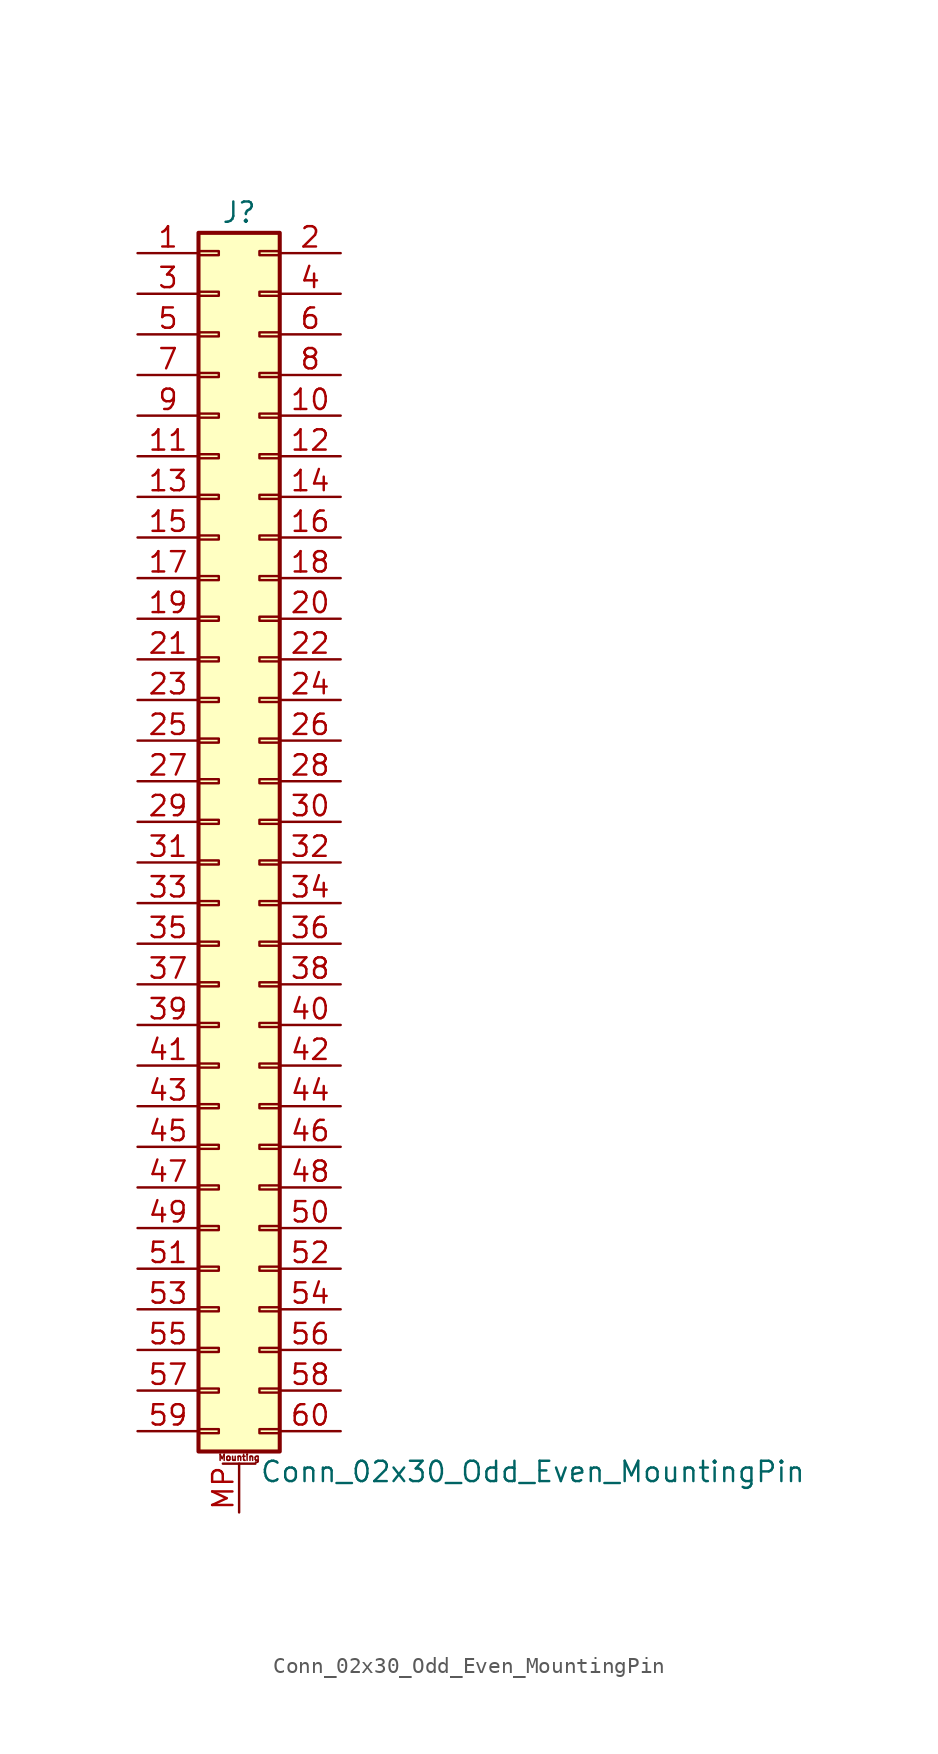
<source format=kicad_sym>
(kicad_symbol_lib
  (version 20201005)
  (generator kicad_symbol_editor)
  (symbol "Conn_02x30_Odd_Even_MountingPin"
    (pin_names
      (offset 1.016) hide)
    (property "Reference" "J"
      (at 1.27 38.1 0)
      (effects (font (size 1.27 1.27))))
    (property "Value" "Conn_02x30_Odd_Even_MountingPin"
      (at 2.54 -40.64 0)
      (effects (font (size 1.27 1.27)) (justify left)))
    (symbol "Conn_02x30_Odd_Even_MountingPin_1_1"
      (text "Mounting" (at 1.27 -39.751 0) (effects (font (size 0.381 0.381))))
      (rectangle (start -1.27 -37.973) (end 0 -38.227) (stroke (width 0.152)) (fill (type none)))
      (rectangle (start -1.27 -35.433) (end 0 -35.687) (stroke (width 0.152)) (fill (type none)))
      (rectangle (start -1.27 -32.893) (end 0 -33.147) (stroke (width 0.152)) (fill (type none)))
      (rectangle (start -1.27 -30.353) (end 0 -30.607) (stroke (width 0.152)) (fill (type none)))
      (rectangle (start -1.27 -27.813) (end 0 -28.067) (stroke (width 0.152)) (fill (type none)))
      (rectangle (start -1.27 -25.273) (end 0 -25.527) (stroke (width 0.152)) (fill (type none)))
      (rectangle (start -1.27 -22.733) (end 0 -22.987) (stroke (width 0.152)) (fill (type none)))
      (rectangle (start -1.27 -20.193) (end 0 -20.447) (stroke (width 0.152)) (fill (type none)))
      (rectangle (start -1.27 -17.653) (end 0 -17.907) (stroke (width 0.152)) (fill (type none)))
      (rectangle (start -1.27 -15.113) (end 0 -15.367) (stroke (width 0.152)) (fill (type none)))
      (rectangle (start -1.27 -12.573) (end 0 -12.827) (stroke (width 0.152)) (fill (type none)))
      (rectangle (start -1.27 -10.033) (end 0 -10.287) (stroke (width 0.152)) (fill (type none)))
      (rectangle (start -1.27 -7.493) (end 0 -7.747) (stroke (width 0.152)) (fill (type none)))
      (rectangle (start -1.27 -4.953) (end 0 -5.207) (stroke (width 0.152)) (fill (type none)))
      (rectangle (start -1.27 -2.413) (end 0 -2.667) (stroke (width 0.152)) (fill (type none)))
      (rectangle (start -1.27 0.127) (end 0 -0.127) (stroke (width 0.152)) (fill (type none)))
      (rectangle (start -1.27 2.667) (end 0 2.413) (stroke (width 0.152)) (fill (type none)))
      (rectangle (start -1.27 5.207) (end 0 4.953) (stroke (width 0.152)) (fill (type none)))
      (rectangle (start -1.27 7.747) (end 0 7.493) (stroke (width 0.152)) (fill (type none)))
      (rectangle (start -1.27 10.287) (end 0 10.033) (stroke (width 0.152)) (fill (type none)))
      (rectangle (start -1.27 12.827) (end 0 12.573) (stroke (width 0.152)) (fill (type none)))
      (rectangle (start -1.27 15.367) (end 0 15.113) (stroke (width 0.152)) (fill (type none)))
      (rectangle (start -1.27 17.907) (end 0 17.653) (stroke (width 0.152)) (fill (type none)))
      (rectangle (start -1.27 20.447) (end 0 20.193) (stroke (width 0.152)) (fill (type none)))
      (rectangle (start -1.27 22.987) (end 0 22.733) (stroke (width 0.152)) (fill (type none)))
      (rectangle (start -1.27 25.527) (end 0 25.273) (stroke (width 0.152)) (fill (type none)))
      (rectangle (start -1.27 28.067) (end 0 27.813) (stroke (width 0.152)) (fill (type none)))
      (rectangle (start -1.27 30.607) (end 0 30.353) (stroke (width 0.152)) (fill (type none)))
      (rectangle (start -1.27 33.147) (end 0 32.893) (stroke (width 0.152)) (fill (type none)))
      (rectangle (start -1.27 35.687) (end 0 35.433) (stroke (width 0.152)) (fill (type none)))
      (rectangle (start -1.27 36.83) (end 3.81 -39.37) (stroke (width 0.254)) (fill (type background)))
      (rectangle (start 3.81 -37.973) (end 2.54 -38.227) (stroke (width 0.152)) (fill (type none)))
      (rectangle (start 3.81 -35.433) (end 2.54 -35.687) (stroke (width 0.152)) (fill (type none)))
      (rectangle (start 3.81 -32.893) (end 2.54 -33.147) (stroke (width 0.152)) (fill (type none)))
      (rectangle (start 3.81 -30.353) (end 2.54 -30.607) (stroke (width 0.152)) (fill (type none)))
      (rectangle (start 3.81 -27.813) (end 2.54 -28.067) (stroke (width 0.152)) (fill (type none)))
      (rectangle (start 3.81 -25.273) (end 2.54 -25.527) (stroke (width 0.152)) (fill (type none)))
      (rectangle (start 3.81 -22.733) (end 2.54 -22.987) (stroke (width 0.152)) (fill (type none)))
      (rectangle (start 3.81 -20.193) (end 2.54 -20.447) (stroke (width 0.152)) (fill (type none)))
      (rectangle (start 3.81 -17.653) (end 2.54 -17.907) (stroke (width 0.152)) (fill (type none)))
      (rectangle (start 3.81 -15.113) (end 2.54 -15.367) (stroke (width 0.152)) (fill (type none)))
      (rectangle (start 3.81 -12.573) (end 2.54 -12.827) (stroke (width 0.152)) (fill (type none)))
      (rectangle (start 3.81 -10.033) (end 2.54 -10.287) (stroke (width 0.152)) (fill (type none)))
      (rectangle (start 3.81 -7.493) (end 2.54 -7.747) (stroke (width 0.152)) (fill (type none)))
      (rectangle (start 3.81 -4.953) (end 2.54 -5.207) (stroke (width 0.152)) (fill (type none)))
      (rectangle (start 3.81 -2.413) (end 2.54 -2.667) (stroke (width 0.152)) (fill (type none)))
      (rectangle (start 3.81 0.127) (end 2.54 -0.127) (stroke (width 0.152)) (fill (type none)))
      (rectangle (start 3.81 2.667) (end 2.54 2.413) (stroke (width 0.152)) (fill (type none)))
      (rectangle (start 3.81 5.207) (end 2.54 4.953) (stroke (width 0.152)) (fill (type none)))
      (rectangle (start 3.81 7.747) (end 2.54 7.493) (stroke (width 0.152)) (fill (type none)))
      (rectangle (start 3.81 10.287) (end 2.54 10.033) (stroke (width 0.152)) (fill (type none)))
      (rectangle (start 3.81 12.827) (end 2.54 12.573) (stroke (width 0.152)) (fill (type none)))
      (rectangle (start 3.81 15.367) (end 2.54 15.113) (stroke (width 0.152)) (fill (type none)))
      (rectangle (start 3.81 17.907) (end 2.54 17.653) (stroke (width 0.152)) (fill (type none)))
      (rectangle (start 3.81 20.447) (end 2.54 20.193) (stroke (width 0.152)) (fill (type none)))
      (rectangle (start 3.81 22.987) (end 2.54 22.733) (stroke (width 0.152)) (fill (type none)))
      (rectangle (start 3.81 25.527) (end 2.54 25.273) (stroke (width 0.152)) (fill (type none)))
      (rectangle (start 3.81 28.067) (end 2.54 27.813) (stroke (width 0.152)) (fill (type none)))
      (rectangle (start 3.81 30.607) (end 2.54 30.353) (stroke (width 0.152)) (fill (type none)))
      (rectangle (start 3.81 33.147) (end 2.54 32.893) (stroke (width 0.152)) (fill (type none)))
      (rectangle (start 3.81 35.687) (end 2.54 35.433) (stroke (width 0.152)) (fill (type none)))
      (polyline (pts (xy 0.254 -40.132) (xy 2.286 -40.132)) (stroke (width 0.152)) (fill (type none)))
      (pin passive line (at -5.08 35.56 0) (length 3.81) (name "Pin_1" (effects (font (size 1.27 1.27)))) (number "1" (effects (font (size 1.27 1.27)))))
      (pin passive line (at 7.62 25.4 180) (length 3.81) (name "Pin_10" (effects (font (size 1.27 1.27)))) (number "10" (effects (font (size 1.27 1.27)))))
      (pin passive line (at -5.08 22.86 0) (length 3.81) (name "Pin_11" (effects (font (size 1.27 1.27)))) (number "11" (effects (font (size 1.27 1.27)))))
      (pin passive line (at 7.62 22.86 180) (length 3.81) (name "Pin_12" (effects (font (size 1.27 1.27)))) (number "12" (effects (font (size 1.27 1.27)))))
      (pin passive line (at -5.08 20.32 0) (length 3.81) (name "Pin_13" (effects (font (size 1.27 1.27)))) (number "13" (effects (font (size 1.27 1.27)))))
      (pin passive line (at 7.62 20.32 180) (length 3.81) (name "Pin_14" (effects (font (size 1.27 1.27)))) (number "14" (effects (font (size 1.27 1.27)))))
      (pin passive line (at -5.08 17.78 0) (length 3.81) (name "Pin_15" (effects (font (size 1.27 1.27)))) (number "15" (effects (font (size 1.27 1.27)))))
      (pin passive line (at 7.62 17.78 180) (length 3.81) (name "Pin_16" (effects (font (size 1.27 1.27)))) (number "16" (effects (font (size 1.27 1.27)))))
      (pin passive line (at -5.08 15.24 0) (length 3.81) (name "Pin_17" (effects (font (size 1.27 1.27)))) (number "17" (effects (font (size 1.27 1.27)))))
      (pin passive line (at 7.62 15.24 180) (length 3.81) (name "Pin_18" (effects (font (size 1.27 1.27)))) (number "18" (effects (font (size 1.27 1.27)))))
      (pin passive line (at -5.08 12.7 0) (length 3.81) (name "Pin_19" (effects (font (size 1.27 1.27)))) (number "19" (effects (font (size 1.27 1.27)))))
      (pin passive line (at 7.62 35.56 180) (length 3.81) (name "Pin_2" (effects (font (size 1.27 1.27)))) (number "2" (effects (font (size 1.27 1.27)))))
      (pin passive line (at 7.62 12.7 180) (length 3.81) (name "Pin_20" (effects (font (size 1.27 1.27)))) (number "20" (effects (font (size 1.27 1.27)))))
      (pin passive line (at -5.08 10.16 0) (length 3.81) (name "Pin_21" (effects (font (size 1.27 1.27)))) (number "21" (effects (font (size 1.27 1.27)))))
      (pin passive line (at 7.62 10.16 180) (length 3.81) (name "Pin_22" (effects (font (size 1.27 1.27)))) (number "22" (effects (font (size 1.27 1.27)))))
      (pin passive line (at -5.08 7.62 0) (length 3.81) (name "Pin_23" (effects (font (size 1.27 1.27)))) (number "23" (effects (font (size 1.27 1.27)))))
      (pin passive line (at 7.62 7.62 180) (length 3.81) (name "Pin_24" (effects (font (size 1.27 1.27)))) (number "24" (effects (font (size 1.27 1.27)))))
      (pin passive line (at -5.08 5.08 0) (length 3.81) (name "Pin_25" (effects (font (size 1.27 1.27)))) (number "25" (effects (font (size 1.27 1.27)))))
      (pin passive line (at 7.62 5.08 180) (length 3.81) (name "Pin_26" (effects (font (size 1.27 1.27)))) (number "26" (effects (font (size 1.27 1.27)))))
      (pin passive line (at -5.08 2.54 0) (length 3.81) (name "Pin_27" (effects (font (size 1.27 1.27)))) (number "27" (effects (font (size 1.27 1.27)))))
      (pin passive line (at 7.62 2.54 180) (length 3.81) (name "Pin_28" (effects (font (size 1.27 1.27)))) (number "28" (effects (font (size 1.27 1.27)))))
      (pin passive line (at -5.08 0 0) (length 3.81) (name "Pin_29" (effects (font (size 1.27 1.27)))) (number "29" (effects (font (size 1.27 1.27)))))
      (pin passive line (at -5.08 33.02 0) (length 3.81) (name "Pin_3" (effects (font (size 1.27 1.27)))) (number "3" (effects (font (size 1.27 1.27)))))
      (pin passive line (at 7.62 0 180) (length 3.81) (name "Pin_30" (effects (font (size 1.27 1.27)))) (number "30" (effects (font (size 1.27 1.27)))))
      (pin passive line (at -5.08 -2.54 0) (length 3.81) (name "Pin_31" (effects (font (size 1.27 1.27)))) (number "31" (effects (font (size 1.27 1.27)))))
      (pin passive line (at 7.62 -2.54 180) (length 3.81) (name "Pin_32" (effects (font (size 1.27 1.27)))) (number "32" (effects (font (size 1.27 1.27)))))
      (pin passive line (at -5.08 -5.08 0) (length 3.81) (name "Pin_33" (effects (font (size 1.27 1.27)))) (number "33" (effects (font (size 1.27 1.27)))))
      (pin passive line (at 7.62 -5.08 180) (length 3.81) (name "Pin_34" (effects (font (size 1.27 1.27)))) (number "34" (effects (font (size 1.27 1.27)))))
      (pin passive line (at -5.08 -7.62 0) (length 3.81) (name "Pin_35" (effects (font (size 1.27 1.27)))) (number "35" (effects (font (size 1.27 1.27)))))
      (pin passive line (at 7.62 -7.62 180) (length 3.81) (name "Pin_36" (effects (font (size 1.27 1.27)))) (number "36" (effects (font (size 1.27 1.27)))))
      (pin passive line (at -5.08 -10.16 0) (length 3.81) (name "Pin_37" (effects (font (size 1.27 1.27)))) (number "37" (effects (font (size 1.27 1.27)))))
      (pin passive line (at 7.62 -10.16 180) (length 3.81) (name "Pin_38" (effects (font (size 1.27 1.27)))) (number "38" (effects (font (size 1.27 1.27)))))
      (pin passive line (at -5.08 -12.7 0) (length 3.81) (name "Pin_39" (effects (font (size 1.27 1.27)))) (number "39" (effects (font (size 1.27 1.27)))))
      (pin passive line (at 7.62 33.02 180) (length 3.81) (name "Pin_4" (effects (font (size 1.27 1.27)))) (number "4" (effects (font (size 1.27 1.27)))))
      (pin passive line (at 7.62 -12.7 180) (length 3.81) (name "Pin_40" (effects (font (size 1.27 1.27)))) (number "40" (effects (font (size 1.27 1.27)))))
      (pin passive line (at -5.08 -15.24 0) (length 3.81) (name "Pin_41" (effects (font (size 1.27 1.27)))) (number "41" (effects (font (size 1.27 1.27)))))
      (pin passive line (at 7.62 -15.24 180) (length 3.81) (name "Pin_42" (effects (font (size 1.27 1.27)))) (number "42" (effects (font (size 1.27 1.27)))))
      (pin passive line (at -5.08 -17.78 0) (length 3.81) (name "Pin_43" (effects (font (size 1.27 1.27)))) (number "43" (effects (font (size 1.27 1.27)))))
      (pin passive line (at 7.62 -17.78 180) (length 3.81) (name "Pin_44" (effects (font (size 1.27 1.27)))) (number "44" (effects (font (size 1.27 1.27)))))
      (pin passive line (at -5.08 -20.32 0) (length 3.81) (name "Pin_45" (effects (font (size 1.27 1.27)))) (number "45" (effects (font (size 1.27 1.27)))))
      (pin passive line (at 7.62 -20.32 180) (length 3.81) (name "Pin_46" (effects (font (size 1.27 1.27)))) (number "46" (effects (font (size 1.27 1.27)))))
      (pin passive line (at -5.08 -22.86 0) (length 3.81) (name "Pin_47" (effects (font (size 1.27 1.27)))) (number "47" (effects (font (size 1.27 1.27)))))
      (pin passive line (at 7.62 -22.86 180) (length 3.81) (name "Pin_48" (effects (font (size 1.27 1.27)))) (number "48" (effects (font (size 1.27 1.27)))))
      (pin passive line (at -5.08 -25.4 0) (length 3.81) (name "Pin_49" (effects (font (size 1.27 1.27)))) (number "49" (effects (font (size 1.27 1.27)))))
      (pin passive line (at -5.08 30.48 0) (length 3.81) (name "Pin_5" (effects (font (size 1.27 1.27)))) (number "5" (effects (font (size 1.27 1.27)))))
      (pin passive line (at 7.62 -25.4 180) (length 3.81) (name "Pin_50" (effects (font (size 1.27 1.27)))) (number "50" (effects (font (size 1.27 1.27)))))
      (pin passive line (at -5.08 -27.94 0) (length 3.81) (name "Pin_51" (effects (font (size 1.27 1.27)))) (number "51" (effects (font (size 1.27 1.27)))))
      (pin passive line (at 7.62 -27.94 180) (length 3.81) (name "Pin_52" (effects (font (size 1.27 1.27)))) (number "52" (effects (font (size 1.27 1.27)))))
      (pin passive line (at -5.08 -30.48 0) (length 3.81) (name "Pin_53" (effects (font (size 1.27 1.27)))) (number "53" (effects (font (size 1.27 1.27)))))
      (pin passive line (at 7.62 -30.48 180) (length 3.81) (name "Pin_54" (effects (font (size 1.27 1.27)))) (number "54" (effects (font (size 1.27 1.27)))))
      (pin passive line (at -5.08 -33.02 0) (length 3.81) (name "Pin_55" (effects (font (size 1.27 1.27)))) (number "55" (effects (font (size 1.27 1.27)))))
      (pin passive line (at 7.62 -33.02 180) (length 3.81) (name "Pin_56" (effects (font (size 1.27 1.27)))) (number "56" (effects (font (size 1.27 1.27)))))
      (pin passive line (at -5.08 -35.56 0) (length 3.81) (name "Pin_57" (effects (font (size 1.27 1.27)))) (number "57" (effects (font (size 1.27 1.27)))))
      (pin passive line (at 7.62 -35.56 180) (length 3.81) (name "Pin_58" (effects (font (size 1.27 1.27)))) (number "58" (effects (font (size 1.27 1.27)))))
      (pin passive line (at -5.08 -38.1 0) (length 3.81) (name "Pin_59" (effects (font (size 1.27 1.27)))) (number "59" (effects (font (size 1.27 1.27)))))
      (pin passive line (at 7.62 30.48 180) (length 3.81) (name "Pin_6" (effects (font (size 1.27 1.27)))) (number "6" (effects (font (size 1.27 1.27)))))
      (pin passive line (at 7.62 -38.1 180) (length 3.81) (name "Pin_60" (effects (font (size 1.27 1.27)))) (number "60" (effects (font (size 1.27 1.27)))))
      (pin passive line (at -5.08 27.94 0) (length 3.81) (name "Pin_7" (effects (font (size 1.27 1.27)))) (number "7" (effects (font (size 1.27 1.27)))))
      (pin passive line (at 7.62 27.94 180) (length 3.81) (name "Pin_8" (effects (font (size 1.27 1.27)))) (number "8" (effects (font (size 1.27 1.27)))))
      (pin passive line (at -5.08 25.4 0) (length 3.81) (name "Pin_9" (effects (font (size 1.27 1.27)))) (number "9" (effects (font (size 1.27 1.27)))))
      (pin passive line (at 1.27 -43.18 90) (length 3.048) (name "MountPin" (effects (font (size 1.27 1.27)))) (number "MP" (effects (font (size 1.27 1.27))))))))
</source>
